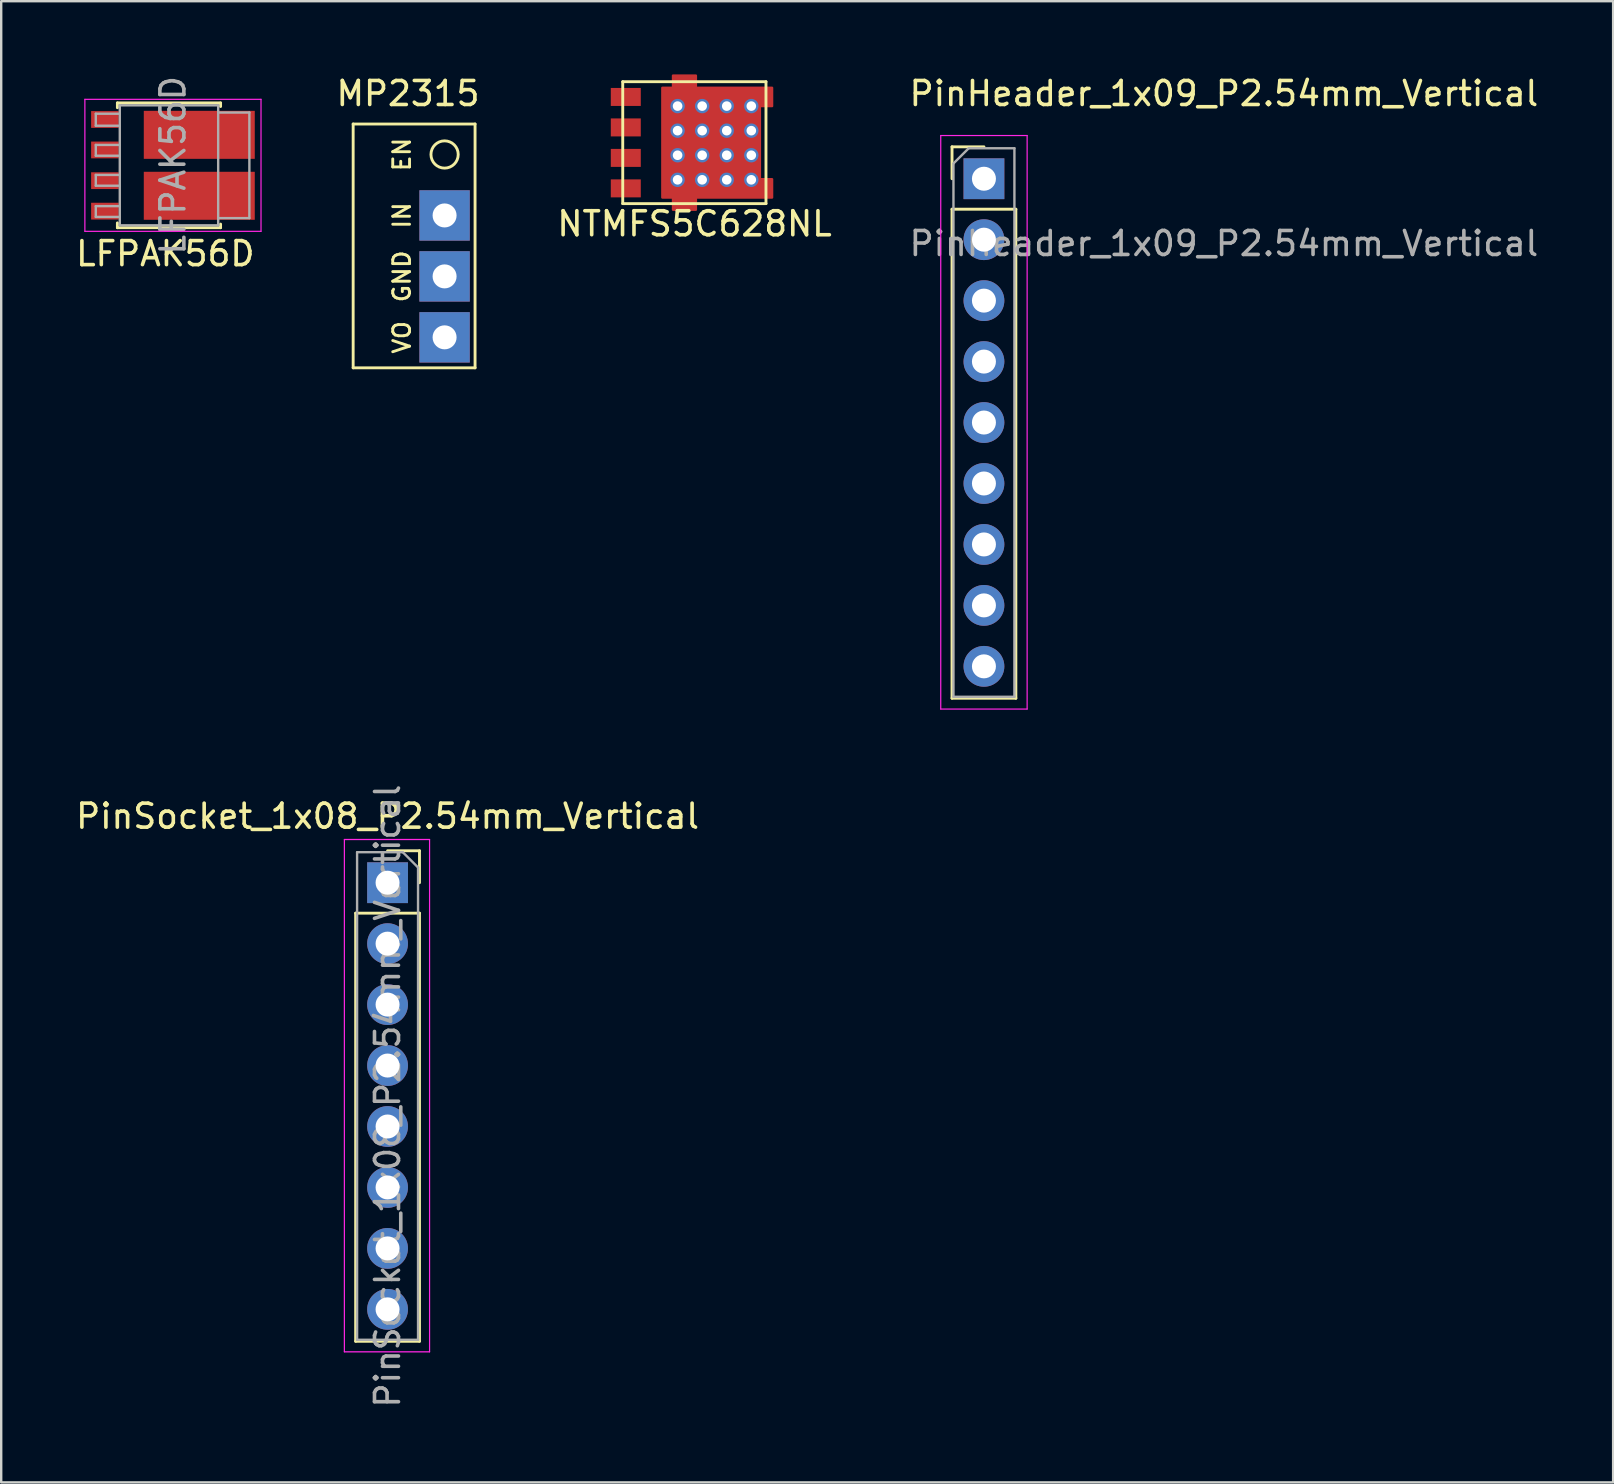
<source format=kicad_pcb>
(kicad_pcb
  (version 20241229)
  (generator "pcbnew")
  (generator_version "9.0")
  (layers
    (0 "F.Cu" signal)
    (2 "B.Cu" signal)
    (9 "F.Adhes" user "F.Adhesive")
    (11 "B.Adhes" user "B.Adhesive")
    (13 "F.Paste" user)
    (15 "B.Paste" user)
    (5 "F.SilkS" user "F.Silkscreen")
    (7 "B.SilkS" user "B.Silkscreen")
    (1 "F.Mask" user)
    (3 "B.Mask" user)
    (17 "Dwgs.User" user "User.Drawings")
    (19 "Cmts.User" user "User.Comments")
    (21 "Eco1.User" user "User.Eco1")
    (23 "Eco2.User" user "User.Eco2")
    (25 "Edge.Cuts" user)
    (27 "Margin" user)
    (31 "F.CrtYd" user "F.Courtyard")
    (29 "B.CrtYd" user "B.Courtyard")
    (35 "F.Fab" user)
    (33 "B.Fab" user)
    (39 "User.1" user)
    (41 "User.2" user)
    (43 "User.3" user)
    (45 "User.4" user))
  (footprint "PinHeader_1x09_P2.54mm_Vertical"
    (layer "F.Cu")
    (at 37.953 4.398)
    (property "Reference" "PinHeader_1x09_P2.54mm_Vertical" (at 10 -3.55 180) (layer "F.SilkS") (effects (font (size 1 1) (thickness 0.15))))
    (attr through_hole)
    (fp_line (start -1.33 -1.33) (end 0 -1.33) (stroke (width 0.12) (type solid)) (layer "F.SilkS"))
    (fp_line (start -1.33 0) (end -1.33 -1.33) (stroke (width 0.12) (type solid)) (layer "F.SilkS"))
    (fp_line (start -1.33 1.27) (end -1.33 21.65) (stroke (width 0.12) (type solid)) (layer "F.SilkS"))
    (fp_line (start -1.33 1.27) (end 1.33 1.27) (stroke (width 0.12) (type solid)) (layer "F.SilkS"))
    (fp_line (start -1.33 21.65) (end 1.33 21.65) (stroke (width 0.12) (type solid)) (layer "F.SilkS"))
    (fp_line (start 1.33 1.27) (end 1.33 21.65) (stroke (width 0.12) (type solid)) (layer "F.SilkS"))
    (fp_line (start -1.8 -1.8) (end -1.8 22.1) (stroke (width 0.05) (type solid)) (layer "F.CrtYd"))
    (fp_line (start -1.8 22.1) (end 1.8 22.1) (stroke (width 0.05) (type solid)) (layer "F.CrtYd"))
    (fp_line (start 1.8 -1.8) (end -1.8 -1.8) (stroke (width 0.05) (type solid)) (layer "F.CrtYd"))
    (fp_line (start 1.8 22.1) (end 1.8 -1.8) (stroke (width 0.05) (type solid)) (layer "F.CrtYd"))
    (fp_line (start -1.27 -0.635) (end -0.635 -1.27) (stroke (width 0.1) (type solid)) (layer "F.Fab"))
    (fp_line (start -1.27 21.59) (end -1.27 -0.635) (stroke (width 0.1) (type solid)) (layer "F.Fab"))
    (fp_line (start -0.635 -1.27) (end 1.27 -1.27) (stroke (width 0.1) (type solid)) (layer "F.Fab"))
    (fp_line (start 1.27 -1.27) (end 1.27 21.59) (stroke (width 0.1) (type solid)) (layer "F.Fab"))
    (fp_line (start 1.27 21.59) (end -1.27 21.59) (stroke (width 0.1) (type solid)) (layer "F.Fab"))
    (fp_text user "${REFERENCE}" (at 10 2.7 180) (layer "F.Fab") (effects (font (size 1 1) (thickness 0.15))))
    (pad "1" thru_hole rect (at 0 0) (size 1.7 1.7) (drill 1) (layers "*.Cu" "*.Mask"))
    (pad "2" thru_hole oval (at 0 2.54) (size 1.7 1.7) (drill 1) (layers "*.Cu" "*.Mask"))
    (pad "3" thru_hole oval (at 0 5.08) (size 1.7 1.7) (drill 1) (layers "*.Cu" "*.Mask"))
    (pad "4" thru_hole oval (at 0 7.62) (size 1.7 1.7) (drill 1) (layers "*.Cu" "*.Mask"))
    (pad "5" thru_hole oval (at 0 10.16) (size 1.7 1.7) (drill 1) (layers "*.Cu" "*.Mask"))
    (pad "6" thru_hole oval (at 0 12.7) (size 1.7 1.7) (drill 1) (layers "*.Cu" "*.Mask"))
    (pad "7" thru_hole oval (at 0 15.24) (size 1.7 1.7) (drill 1) (layers "*.Cu" "*.Mask"))
    (pad "8" thru_hole oval (at 0 17.78) (size 1.7 1.7) (drill 1) (layers "*.Cu" "*.Mask"))
    (pad "9" thru_hole oval (at 0 20.32) (size 1.7 1.7) (drill 1) (layers "*.Cu" "*.Mask")))
  (footprint "PinSocket_1x08_P2.54mm_Vertical"
    (layer "F.Cu")
    (at 13.101 33.734)
    (property "Reference" "PinSocket_1x08_P2.54mm_Vertical" (at 0 -2.77 180) (layer "F.SilkS") (effects (font (size 1 1) (thickness 0.15))))
    (attr through_hole)
    (fp_line (start -1.33 1.27) (end -1.33 19.11) (stroke (width 0.12) (type solid)) (layer "F.SilkS"))
    (fp_line (start -1.33 1.27) (end 1.33 1.27) (stroke (width 0.12) (type solid)) (layer "F.SilkS"))
    (fp_line (start -1.33 19.11) (end 1.33 19.11) (stroke (width 0.12) (type solid)) (layer "F.SilkS"))
    (fp_line (start 0 -1.33) (end 1.33 -1.33) (stroke (width 0.12) (type solid)) (layer "F.SilkS"))
    (fp_line (start 1.33 -1.33) (end 1.33 0) (stroke (width 0.12) (type solid)) (layer "F.SilkS"))
    (fp_line (start 1.33 1.27) (end 1.33 19.11) (stroke (width 0.12) (type solid)) (layer "F.SilkS"))
    (fp_line (start -1.8 -1.8) (end 1.75 -1.8) (stroke (width 0.05) (type solid)) (layer "F.CrtYd"))
    (fp_line (start -1.8 19.55) (end -1.8 -1.8) (stroke (width 0.05) (type solid)) (layer "F.CrtYd"))
    (fp_line (start 1.75 -1.8) (end 1.75 19.55) (stroke (width 0.05) (type solid)) (layer "F.CrtYd"))
    (fp_line (start 1.75 19.55) (end -1.8 19.55) (stroke (width 0.05) (type solid)) (layer "F.CrtYd"))
    (fp_line (start -1.27 -1.27) (end 0.635 -1.27) (stroke (width 0.1) (type solid)) (layer "F.Fab"))
    (fp_line (start -1.27 19.05) (end -1.27 -1.27) (stroke (width 0.1) (type solid)) (layer "F.Fab"))
    (fp_line (start 0.635 -1.27) (end 1.27 -0.635) (stroke (width 0.1) (type solid)) (layer "F.Fab"))
    (fp_line (start 1.27 -0.635) (end 1.27 19.05) (stroke (width 0.1) (type solid)) (layer "F.Fab"))
    (fp_line (start 1.27 19.05) (end -1.27 19.05) (stroke (width 0.1) (type solid)) (layer "F.Fab"))
    (fp_text user "${REFERENCE}" (at 0 8.89 90) (layer "F.Fab") (effects (font (size 1 1) (thickness 0.15))))
    (pad "1" thru_hole rect (at 0 0) (size 1.7 1.7) (drill 1) (layers "*.Cu" "*.Mask"))
    (pad "2" thru_hole oval (at 0 2.54) (size 1.7 1.7) (drill 1) (layers "*.Cu" "*.Mask"))
    (pad "3" thru_hole oval (at 0 5.08) (size 1.7 1.7) (drill 1) (layers "*.Cu" "*.Mask"))
    (pad "4" thru_hole oval (at 0 7.62) (size 1.7 1.7) (drill 1) (layers "*.Cu" "*.Mask"))
    (pad "5" thru_hole oval (at 0 10.16) (size 1.7 1.7) (drill 1) (layers "*.Cu" "*.Mask"))
    (pad "6" thru_hole oval (at 0 12.7) (size 1.7 1.7) (drill 1) (layers "*.Cu" "*.Mask"))
    (pad "7" thru_hole oval (at 0 15.24) (size 1.7 1.7) (drill 1) (layers "*.Cu" "*.Mask"))
    (pad "8" thru_hole oval (at 0 17.78) (size 1.7 1.7) (drill 1) (layers "*.Cu" "*.Mask")))
  (footprint "LFPAK56D"
    (layer "F.Cu")
    (at 4.157 3.839)
    (property "Reference" "LFPAK56D" (at -0.318 3.683 0) (layer "F.SilkS") (effects (font (size 1 1) (thickness 0.15))))
    (attr smd)
    (fp_line (start -2.315 -2.6) (end -2.315 -2.4) (stroke (width 0.12) (type solid)) (layer "F.SilkS"))
    (fp_line (start -2.315 2.4) (end -2.315 2.6) (stroke (width 0.12) (type solid)) (layer "F.SilkS"))
    (fp_line (start -2.315 2.6) (end 1.985 2.6) (stroke (width 0.12) (type solid)) (layer "F.SilkS"))
    (fp_line (start 1.985 -2.6) (end -2.315 -2.6) (stroke (width 0.12) (type solid)) (layer "F.SilkS"))
    (fp_line (start 1.985 -2.45) (end 1.985 -2.6) (stroke (width 0.12) (type solid)) (layer "F.SilkS"))
    (fp_line (start 1.985 2.6) (end 1.985 2.45) (stroke (width 0.12) (type solid)) (layer "F.SilkS"))
    (fp_line (start -3.67 2.75) (end -3.67 -2.75) (stroke (width 0.05) (type solid)) (layer "F.CrtYd"))
    (fp_line (start -3.67 2.75) (end 3.67 2.75) (stroke (width 0.05) (type solid)) (layer "F.CrtYd"))
    (fp_line (start 3.67 -2.75) (end -3.67 -2.75) (stroke (width 0.05) (type solid)) (layer "F.CrtYd"))
    (fp_line (start 3.67 -2.75) (end 3.67 2.75) (stroke (width 0.05) (type solid)) (layer "F.CrtYd"))
    (fp_line (start -3.215 -2.15) (end -3.215 -1.65) (stroke (width 0.1) (type solid)) (layer "F.Fab"))
    (fp_line (start -3.215 -2.15) (end -2.215 -2.15) (stroke (width 0.1) (type solid)) (layer "F.Fab"))
    (fp_line (start -3.215 -1.65) (end -2.215 -1.65) (stroke (width 0.1) (type solid)) (layer "F.Fab"))
    (fp_line (start -3.215 -0.85) (end -3.215 -0.4) (stroke (width 0.1) (type solid)) (layer "F.Fab"))
    (fp_line (start -3.215 -0.4) (end -2.215 -0.4) (stroke (width 0.1) (type solid)) (layer "F.Fab"))
    (fp_line (start -3.215 0.4) (end -3.215 0.85) (stroke (width 0.1) (type solid)) (layer "F.Fab"))
    (fp_line (start -3.215 0.85) (end -2.215 0.85) (stroke (width 0.1) (type solid)) (layer "F.Fab"))
    (fp_line (start -3.215 1.7) (end -3.215 2.15) (stroke (width 0.1) (type solid)) (layer "F.Fab"))
    (fp_line (start -3.215 2.15) (end -2.215 2.15) (stroke (width 0.1) (type solid)) (layer "F.Fab"))
    (fp_line (start -2.215 -2.5) (end -2.215 2.5) (stroke (width 0.1) (type solid)) (layer "F.Fab"))
    (fp_line (start -2.215 -0.85) (end -3.215 -0.85) (stroke (width 0.1) (type solid)) (layer "F.Fab"))
    (fp_line (start -2.215 0.4) (end -3.215 0.4) (stroke (width 0.1) (type solid)) (layer "F.Fab"))
    (fp_line (start -2.215 1.7) (end -3.215 1.7) (stroke (width 0.1) (type solid)) (layer "F.Fab"))
    (fp_line (start -2.215 2.5) (end 1.885 2.5) (stroke (width 0.1) (type solid)) (layer "F.Fab"))
    (fp_line (start 1.885 -2.5) (end -2.215 -2.5) (stroke (width 0.1) (type solid)) (layer "F.Fab"))
    (fp_line (start 1.885 2.5) (end 1.885 -2.5) (stroke (width 0.1) (type solid)) (layer "F.Fab"))
    (fp_line (start 3.185 -2.2) (end 1.885 -2.2) (stroke (width 0.1) (type solid)) (layer "F.Fab"))
    (fp_line (start 3.185 -2.2) (end 3.185 2.2) (stroke (width 0.1) (type solid)) (layer "F.Fab"))
    (fp_line (start 3.185 2.2) (end 1.885 2.2) (stroke (width 0.1) (type solid)) (layer "F.Fab"))
    (fp_text user "${REFERENCE}" (at 0 0 90) (layer "F.Fab") (effects (font (size 1 1) (thickness 0.15))))
    (pad "" smd rect (at 0.381 -1.27) (size 2.5 1.5) (layers "F.Paste"))
    (pad "" smd rect (at 0.381 1.27) (size 2.5 1.5) (layers "F.Paste"))
    (pad "" smd rect (at 2.885 -1.88 270) (size 0.6 0.9) (layers "F.Paste"))
    (pad "" smd rect (at 2.885 -0.6 270) (size 0.6 0.9) (layers "F.Paste"))
    (pad "" smd rect (at 2.885 0.6 270) (size 0.6 0.9) (layers "F.Paste"))
    (pad "" smd rect (at 2.885 1.88 270) (size 0.6 0.9) (layers "F.Paste"))
    (pad "1" smd rect (at -2.835 -1.91 270) (size 0.7 1.15) (layers "F.Cu" "F.Mask" "F.Paste"))
    (pad "2" smd rect (at -2.835 -0.64 270) (size 0.7 1.15) (layers "F.Cu" "F.Mask" "F.Paste"))
    (pad "3" smd rect (at -2.835 0.64 270) (size 0.7 1.15) (layers "F.Cu" "F.Mask" "F.Paste"))
    (pad "4" smd rect (at -2.835 1.91 270) (size 0.7 1.15) (layers "F.Cu" "F.Mask" "F.Paste"))
    (pad "5" smd custom (at 0.435 1.27) (size 3.3 2) (layers "F.Cu" "F.Mask") (options (anchor rect)) (primitives (gr_poly (pts (xy 1.425 -1) (xy 2.975 -1) (xy 2.975 1) (xy 1.425 1)) (width 0) (fill yes))))
    (pad "6" smd custom (at 0.435 -1.27) (size 3.3 2) (layers "F.Cu" "F.Mask") (options (anchor rect)) (primitives (gr_poly (pts (xy 1.425 -1) (xy 2.975 -1) (xy 2.975 1) (xy 1.425 1)) (width 0) (fill yes)))))
  (footprint "MP2315"
    (layer "F.Cu")
    (at 15.477 5.928)
    (property "Reference" "MP2315" (at -1.524 -5.08 0) (layer "F.SilkS") (effects (font (size 1 1) (thickness 0.15))))
    (attr through_hole)
    (fp_line (start -3.81 -3.81) (end -3.81 6.35) (stroke (width 0.12) (type solid)) (layer "F.SilkS"))
    (fp_line (start -3.81 6.35) (end 1.27 6.35) (stroke (width 0.12) (type solid)) (layer "F.SilkS"))
    (fp_line (start 1.27 -3.81) (end -3.81 -3.81) (stroke (width 0.12) (type solid)) (layer "F.SilkS"))
    (fp_line (start 1.27 6.35) (end 1.27 -3.81) (stroke (width 0.12) (type solid)) (layer "F.SilkS"))
    (fp_circle (center 0 -2.54) (end 0.568 -2.54) (stroke (width 0.12) (type solid)) (fill no) (layer "F.SilkS"))
    (fp_text user "GND" (at -1.778 2.54 270) (layer "F.SilkS") (effects (font (size 0.7 0.7) (thickness 0.12))))
    (fp_text user "IN" (at -1.778 0 270) (layer "F.SilkS") (effects (font (size 0.7 0.7) (thickness 0.12))))
    (fp_text user "VO" (at -1.778 5.08 270) (layer "F.SilkS") (effects (font (size 0.7 0.7) (thickness 0.12))))
    (fp_text user "EN" (at -1.778 -2.54 270) (layer "F.SilkS") (effects (font (size 0.7 0.7) (thickness 0.12))))
    (pad "1" thru_hole rect (at 0 0) (size 2.1 2.1) (drill 1) (layers "*.Cu" "*.Mask"))
    (pad "2" thru_hole rect (at 0 2.54) (size 2.1 2.1) (drill 1) (layers "*.Cu" "*.Mask"))
    (pad "3" thru_hole rect (at 0 5.08) (size 2.1 2.1) (drill 1) (layers "*.Cu" "*.Mask")))
  (footprint "NTMFS5C628NL"
    (layer "F.Cu")
    (at 23.028 0.99)
    (property "Reference" "NTMFS5C628NL" (at 2.865 5.286 0) (layer "F.SilkS") (effects (font (size 1 1) (thickness 0.15))))
    (attr smd)
    (fp_poly (pts (xy 2.921 -0.381) (xy 6.096 -0.381) (xy 6.096 0.381) (xy 5.588 0.381) (xy 5.588 3.429) (xy 6.096 3.429) (xy 6.096 4.191) (xy 2.921 4.191) (xy 2.921 4.699) (xy 1.968 4.699) (xy 1.968 4.191) (xy 1.524 4.191) (xy 1.524 -0.381) (xy 1.968 -0.381) (xy 1.968 -0.889) (xy 2.921 -0.889)) (stroke (width 0.1) (type solid)) (fill yes) (layer "F.Cu"))
    (fp_poly (pts (xy 2.921 4.699) (xy 1.88 4.699) (xy 1.88 4.14) (xy 2.921 4.14)) (stroke (width 0.1) (type solid)) (fill yes) (layer "F.Mask"))
    (fp_poly (pts (xy 2.972 -0.381) (xy 1.93 -0.381) (xy 1.93 -0.94) (xy 2.972 -0.94)) (stroke (width 0.1) (type solid)) (fill yes) (layer "F.Mask"))
    (fp_poly (pts (xy 6.198 3.251) (xy 6.198 4.293) (xy 5.639 4.293) (xy 5.639 3.251)) (stroke (width 0.1) (type solid)) (fill yes) (layer "F.Mask"))
    (fp_poly (pts (xy 6.223 -0.508) (xy 6.223 0.533) (xy 5.664 0.533) (xy 5.664 -0.508)) (stroke (width 0.1) (type solid)) (fill yes) (layer "F.Mask"))
    (fp_line (start -0.127 -0.635) (end 5.842 -0.635) (stroke (width 0.12) (type solid)) (layer "F.SilkS"))
    (fp_line (start -0.127 4.445) (end -0.127 -0.635) (stroke (width 0.12) (type solid)) (layer "F.SilkS"))
    (fp_line (start 5.842 -0.635) (end 5.842 4.445) (stroke (width 0.12) (type solid)) (layer "F.SilkS"))
    (fp_line (start 5.842 4.445) (end -0.127 4.445) (stroke (width 0.12) (type solid)) (layer "F.SilkS"))
    (pad "1" smd rect (at 0 3.81) (size 1.25 0.75) (layers "F.Cu" "F.Mask" "F.Paste"))
    (pad "2" thru_hole circle (at 2.159 0.381) (size 0.6 0.6) (drill 0.4) (layers "*.Cu" "*.Mask"))
    (pad "2" thru_hole circle (at 2.159 1.405) (size 0.6 0.6) (drill 0.4) (layers "*.Cu" "*.Mask"))
    (pad "2" thru_hole circle (at 2.159 2.429) (size 0.6 0.6) (drill 0.4) (layers "*.Cu" "*.Mask"))
    (pad "2" thru_hole circle (at 2.159 3.453) (size 0.6 0.6) (drill 0.4) (layers "*.Cu" "*.Mask"))
    (pad "2" thru_hole circle (at 3.183 0.381) (size 0.6 0.6) (drill 0.4) (layers "*.Cu" "*.Mask"))
    (pad "2" thru_hole circle (at 3.183 1.405) (size 0.6 0.6) (drill 0.4) (layers "*.Cu" "*.Mask"))
    (pad "2" thru_hole circle (at 3.183 2.429) (size 0.6 0.6) (drill 0.4) (layers "*.Cu" "*.Mask"))
    (pad "2" thru_hole circle (at 3.183 3.453) (size 0.6 0.6) (drill 0.4) (layers "*.Cu" "*.Mask"))
    (pad "2" thru_hole circle (at 4.207 0.381) (size 0.6 0.6) (drill 0.4) (layers "*.Cu" "*.Mask"))
    (pad "2" thru_hole circle (at 4.207 1.405) (size 0.6 0.6) (drill 0.4) (layers "*.Cu" "*.Mask"))
    (pad "2" thru_hole circle (at 4.207 2.429) (size 0.6 0.6) (drill 0.4) (layers "*.Cu" "*.Mask"))
    (pad "2" thru_hole circle (at 4.207 3.453) (size 0.6 0.6) (drill 0.4) (layers "*.Cu" "*.Mask"))
    (pad "2" thru_hole circle (at 5.231 0.381) (size 0.6 0.6) (drill 0.4) (layers "*.Cu" "*.Mask"))
    (pad "2" thru_hole circle (at 5.231 1.405) (size 0.6 0.6) (drill 0.4) (layers "*.Cu" "*.Mask"))
    (pad "2" thru_hole circle (at 5.231 2.429) (size 0.6 0.6) (drill 0.4) (layers "*.Cu" "*.Mask"))
    (pad "2" thru_hole circle (at 5.231 3.453) (size 0.6 0.6) (drill 0.4) (layers "*.Cu" "*.Mask"))
    (pad "3" smd rect (at 0 0) (size 1.25 0.75) (layers "F.Cu" "F.Mask" "F.Paste"))
    (pad "3" smd rect (at 0 1.27) (size 1.25 0.75) (layers "F.Cu" "F.Mask" "F.Paste"))
    (pad "3" smd rect (at 0 2.54) (size 1.25 0.75) (layers "F.Cu" "F.Mask" "F.Paste")))
  (gr_rect
    (start -3 -3)
    (end 64.173 58.726)
    (stroke (width 0.1) (type default))
    (fill no)
    (layer "Edge.Cuts")))
</source>
